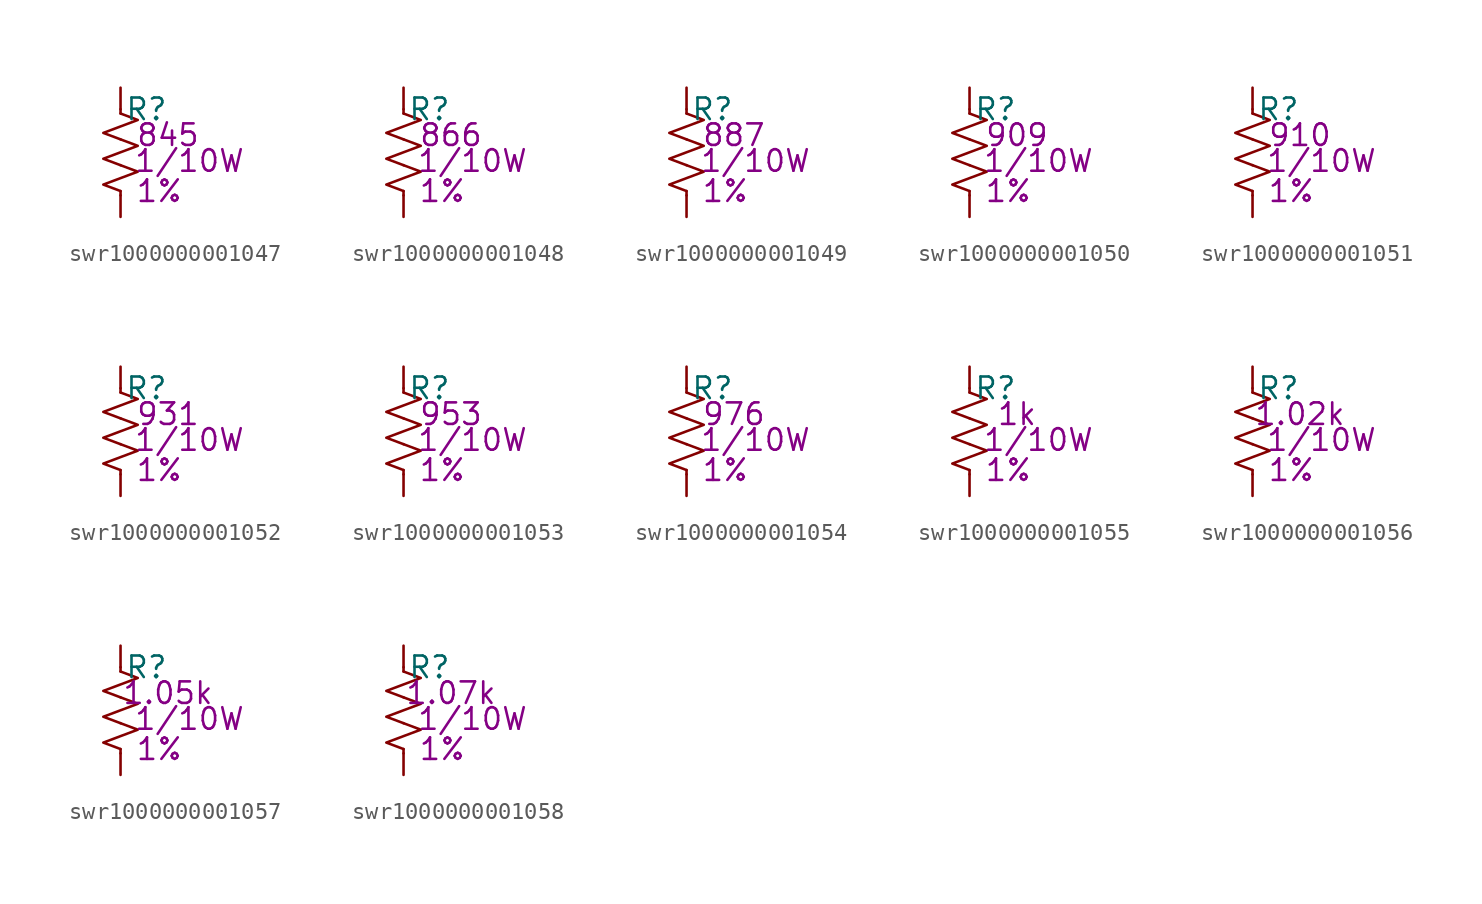
<source format=kicad_sym>
(kicad_symbol_lib
  (version 20211014)
  (generator kicad_symbol_editor)
  (symbol "swr1000000001047"
    (pin_numbers hide)
    (pin_names
      (offset 1.016))
    (property "Reference" "R"
      (at 1.524 2.54 0)
      (effects (font (size 1.27 1.27))))
    (property "Tolerance" "1%"
      (at 2.286 -2.286 0)
      (effects (font (size 1.27 1.27))))
    (property "Wattage" "1/10W"
      (at 4.064 -0.508 0)
      (effects (font (size 1.27 1.27))))
    (property "PartValue" "845"
      (at 2.794 1.016 0)
      (effects (font (size 1.27 1.27))))
    (symbol "swr1000000001047_1_1"
      (polyline (pts (xy 0 -2.286) (xy 0 -2.54)) (stroke (width 0) (type default) (color 0 0 0 0)) (fill (type none)))
      (polyline (pts (xy 0 2.286) (xy 0 2.54)) (stroke (width 0) (type default) (color 0 0 0 0)) (fill (type none)))
      (polyline (pts (xy 0 -0.762) (xy 1.016 -1.143) (xy 0 -1.524) (xy -1.016 -1.905) (xy 0 -2.286)) (stroke (width 0) (type default) (color 0 0 0 0)) (fill (type none)))
      (polyline (pts (xy 0 0.762) (xy 1.016 0.381) (xy 0 0) (xy -1.016 -0.381) (xy 0 -0.762)) (stroke (width 0) (type default) (color 0 0 0 0)) (fill (type none)))
      (polyline (pts (xy 0 2.286) (xy 1.016 1.905) (xy 0 1.524) (xy -1.016 1.143) (xy 0 0.762)) (stroke (width 0) (type default) (color 0 0 0 0)) (fill (type none)))
      (pin passive line (at 0 3.81 270) (length 1.27) (name "~" (effects (font (size 1.27 1.27)))) (number "1" (effects (font (size 1.27 1.27)))))
      (pin passive line (at 0 -3.81 90) (length 1.27) (name "~" (effects (font (size 1.27 1.27)))) (number "2" (effects (font (size 1.27 1.27)))))))
  (symbol "swr1000000001048"
    (pin_numbers hide)
    (pin_names
      (offset 1.016))
    (property "Reference" "R"
      (at 1.524 2.54 0)
      (effects (font (size 1.27 1.27))))
    (property "Tolerance" "1%"
      (at 2.286 -2.286 0)
      (effects (font (size 1.27 1.27))))
    (property "Wattage" "1/10W"
      (at 4.064 -0.508 0)
      (effects (font (size 1.27 1.27))))
    (property "PartValue" "866"
      (at 2.794 1.016 0)
      (effects (font (size 1.27 1.27))))
    (symbol "swr1000000001048_1_1"
      (polyline (pts (xy 0 -2.286) (xy 0 -2.54)) (stroke (width 0) (type default) (color 0 0 0 0)) (fill (type none)))
      (polyline (pts (xy 0 2.286) (xy 0 2.54)) (stroke (width 0) (type default) (color 0 0 0 0)) (fill (type none)))
      (polyline (pts (xy 0 -0.762) (xy 1.016 -1.143) (xy 0 -1.524) (xy -1.016 -1.905) (xy 0 -2.286)) (stroke (width 0) (type default) (color 0 0 0 0)) (fill (type none)))
      (polyline (pts (xy 0 0.762) (xy 1.016 0.381) (xy 0 0) (xy -1.016 -0.381) (xy 0 -0.762)) (stroke (width 0) (type default) (color 0 0 0 0)) (fill (type none)))
      (polyline (pts (xy 0 2.286) (xy 1.016 1.905) (xy 0 1.524) (xy -1.016 1.143) (xy 0 0.762)) (stroke (width 0) (type default) (color 0 0 0 0)) (fill (type none)))
      (pin passive line (at 0 3.81 270) (length 1.27) (name "~" (effects (font (size 1.27 1.27)))) (number "1" (effects (font (size 1.27 1.27)))))
      (pin passive line (at 0 -3.81 90) (length 1.27) (name "~" (effects (font (size 1.27 1.27)))) (number "2" (effects (font (size 1.27 1.27)))))))
  (symbol "swr1000000001049"
    (pin_numbers hide)
    (pin_names
      (offset 1.016))
    (property "Reference" "R"
      (at 1.524 2.54 0)
      (effects (font (size 1.27 1.27))))
    (property "Tolerance" "1%"
      (at 2.286 -2.286 0)
      (effects (font (size 1.27 1.27))))
    (property "Wattage" "1/10W"
      (at 4.064 -0.508 0)
      (effects (font (size 1.27 1.27))))
    (property "PartValue" "887"
      (at 2.794 1.016 0)
      (effects (font (size 1.27 1.27))))
    (symbol "swr1000000001049_1_1"
      (polyline (pts (xy 0 -2.286) (xy 0 -2.54)) (stroke (width 0) (type default) (color 0 0 0 0)) (fill (type none)))
      (polyline (pts (xy 0 2.286) (xy 0 2.54)) (stroke (width 0) (type default) (color 0 0 0 0)) (fill (type none)))
      (polyline (pts (xy 0 -0.762) (xy 1.016 -1.143) (xy 0 -1.524) (xy -1.016 -1.905) (xy 0 -2.286)) (stroke (width 0) (type default) (color 0 0 0 0)) (fill (type none)))
      (polyline (pts (xy 0 0.762) (xy 1.016 0.381) (xy 0 0) (xy -1.016 -0.381) (xy 0 -0.762)) (stroke (width 0) (type default) (color 0 0 0 0)) (fill (type none)))
      (polyline (pts (xy 0 2.286) (xy 1.016 1.905) (xy 0 1.524) (xy -1.016 1.143) (xy 0 0.762)) (stroke (width 0) (type default) (color 0 0 0 0)) (fill (type none)))
      (pin passive line (at 0 3.81 270) (length 1.27) (name "~" (effects (font (size 1.27 1.27)))) (number "1" (effects (font (size 1.27 1.27)))))
      (pin passive line (at 0 -3.81 90) (length 1.27) (name "~" (effects (font (size 1.27 1.27)))) (number "2" (effects (font (size 1.27 1.27)))))))
  (symbol "swr1000000001050"
    (pin_numbers hide)
    (pin_names
      (offset 1.016))
    (property "Reference" "R"
      (at 1.524 2.54 0)
      (effects (font (size 1.27 1.27))))
    (property "Tolerance" "1%"
      (at 2.286 -2.286 0)
      (effects (font (size 1.27 1.27))))
    (property "Wattage" "1/10W"
      (at 4.064 -0.508 0)
      (effects (font (size 1.27 1.27))))
    (property "PartValue" "909"
      (at 2.794 1.016 0)
      (effects (font (size 1.27 1.27))))
    (symbol "swr1000000001050_1_1"
      (polyline (pts (xy 0 -2.286) (xy 0 -2.54)) (stroke (width 0) (type default) (color 0 0 0 0)) (fill (type none)))
      (polyline (pts (xy 0 2.286) (xy 0 2.54)) (stroke (width 0) (type default) (color 0 0 0 0)) (fill (type none)))
      (polyline (pts (xy 0 -0.762) (xy 1.016 -1.143) (xy 0 -1.524) (xy -1.016 -1.905) (xy 0 -2.286)) (stroke (width 0) (type default) (color 0 0 0 0)) (fill (type none)))
      (polyline (pts (xy 0 0.762) (xy 1.016 0.381) (xy 0 0) (xy -1.016 -0.381) (xy 0 -0.762)) (stroke (width 0) (type default) (color 0 0 0 0)) (fill (type none)))
      (polyline (pts (xy 0 2.286) (xy 1.016 1.905) (xy 0 1.524) (xy -1.016 1.143) (xy 0 0.762)) (stroke (width 0) (type default) (color 0 0 0 0)) (fill (type none)))
      (pin passive line (at 0 3.81 270) (length 1.27) (name "~" (effects (font (size 1.27 1.27)))) (number "1" (effects (font (size 1.27 1.27)))))
      (pin passive line (at 0 -3.81 90) (length 1.27) (name "~" (effects (font (size 1.27 1.27)))) (number "2" (effects (font (size 1.27 1.27)))))))
  (symbol "swr1000000001051"
    (pin_numbers hide)
    (pin_names
      (offset 1.016))
    (property "Reference" "R"
      (at 1.524 2.54 0)
      (effects (font (size 1.27 1.27))))
    (property "Tolerance" "1%"
      (at 2.286 -2.286 0)
      (effects (font (size 1.27 1.27))))
    (property "Wattage" "1/10W"
      (at 4.064 -0.508 0)
      (effects (font (size 1.27 1.27))))
    (property "PartValue" "910"
      (at 2.794 1.016 0)
      (effects (font (size 1.27 1.27))))
    (symbol "swr1000000001051_1_1"
      (polyline (pts (xy 0 -2.286) (xy 0 -2.54)) (stroke (width 0) (type default) (color 0 0 0 0)) (fill (type none)))
      (polyline (pts (xy 0 2.286) (xy 0 2.54)) (stroke (width 0) (type default) (color 0 0 0 0)) (fill (type none)))
      (polyline (pts (xy 0 -0.762) (xy 1.016 -1.143) (xy 0 -1.524) (xy -1.016 -1.905) (xy 0 -2.286)) (stroke (width 0) (type default) (color 0 0 0 0)) (fill (type none)))
      (polyline (pts (xy 0 0.762) (xy 1.016 0.381) (xy 0 0) (xy -1.016 -0.381) (xy 0 -0.762)) (stroke (width 0) (type default) (color 0 0 0 0)) (fill (type none)))
      (polyline (pts (xy 0 2.286) (xy 1.016 1.905) (xy 0 1.524) (xy -1.016 1.143) (xy 0 0.762)) (stroke (width 0) (type default) (color 0 0 0 0)) (fill (type none)))
      (pin passive line (at 0 3.81 270) (length 1.27) (name "~" (effects (font (size 1.27 1.27)))) (number "1" (effects (font (size 1.27 1.27)))))
      (pin passive line (at 0 -3.81 90) (length 1.27) (name "~" (effects (font (size 1.27 1.27)))) (number "2" (effects (font (size 1.27 1.27)))))))
  (symbol "swr1000000001052"
    (pin_numbers hide)
    (pin_names
      (offset 1.016))
    (property "Reference" "R"
      (at 1.524 2.54 0)
      (effects (font (size 1.27 1.27))))
    (property "Tolerance" "1%"
      (at 2.286 -2.286 0)
      (effects (font (size 1.27 1.27))))
    (property "Wattage" "1/10W"
      (at 4.064 -0.508 0)
      (effects (font (size 1.27 1.27))))
    (property "PartValue" "931"
      (at 2.794 1.016 0)
      (effects (font (size 1.27 1.27))))
    (symbol "swr1000000001052_1_1"
      (polyline (pts (xy 0 -2.286) (xy 0 -2.54)) (stroke (width 0) (type default) (color 0 0 0 0)) (fill (type none)))
      (polyline (pts (xy 0 2.286) (xy 0 2.54)) (stroke (width 0) (type default) (color 0 0 0 0)) (fill (type none)))
      (polyline (pts (xy 0 -0.762) (xy 1.016 -1.143) (xy 0 -1.524) (xy -1.016 -1.905) (xy 0 -2.286)) (stroke (width 0) (type default) (color 0 0 0 0)) (fill (type none)))
      (polyline (pts (xy 0 0.762) (xy 1.016 0.381) (xy 0 0) (xy -1.016 -0.381) (xy 0 -0.762)) (stroke (width 0) (type default) (color 0 0 0 0)) (fill (type none)))
      (polyline (pts (xy 0 2.286) (xy 1.016 1.905) (xy 0 1.524) (xy -1.016 1.143) (xy 0 0.762)) (stroke (width 0) (type default) (color 0 0 0 0)) (fill (type none)))
      (pin passive line (at 0 3.81 270) (length 1.27) (name "~" (effects (font (size 1.27 1.27)))) (number "1" (effects (font (size 1.27 1.27)))))
      (pin passive line (at 0 -3.81 90) (length 1.27) (name "~" (effects (font (size 1.27 1.27)))) (number "2" (effects (font (size 1.27 1.27)))))))
  (symbol "swr1000000001053"
    (pin_numbers hide)
    (pin_names
      (offset 1.016))
    (property "Reference" "R"
      (at 1.524 2.54 0)
      (effects (font (size 1.27 1.27))))
    (property "Tolerance" "1%"
      (at 2.286 -2.286 0)
      (effects (font (size 1.27 1.27))))
    (property "Wattage" "1/10W"
      (at 4.064 -0.508 0)
      (effects (font (size 1.27 1.27))))
    (property "PartValue" "953"
      (at 2.794 1.016 0)
      (effects (font (size 1.27 1.27))))
    (symbol "swr1000000001053_1_1"
      (polyline (pts (xy 0 -2.286) (xy 0 -2.54)) (stroke (width 0) (type default) (color 0 0 0 0)) (fill (type none)))
      (polyline (pts (xy 0 2.286) (xy 0 2.54)) (stroke (width 0) (type default) (color 0 0 0 0)) (fill (type none)))
      (polyline (pts (xy 0 -0.762) (xy 1.016 -1.143) (xy 0 -1.524) (xy -1.016 -1.905) (xy 0 -2.286)) (stroke (width 0) (type default) (color 0 0 0 0)) (fill (type none)))
      (polyline (pts (xy 0 0.762) (xy 1.016 0.381) (xy 0 0) (xy -1.016 -0.381) (xy 0 -0.762)) (stroke (width 0) (type default) (color 0 0 0 0)) (fill (type none)))
      (polyline (pts (xy 0 2.286) (xy 1.016 1.905) (xy 0 1.524) (xy -1.016 1.143) (xy 0 0.762)) (stroke (width 0) (type default) (color 0 0 0 0)) (fill (type none)))
      (pin passive line (at 0 3.81 270) (length 1.27) (name "~" (effects (font (size 1.27 1.27)))) (number "1" (effects (font (size 1.27 1.27)))))
      (pin passive line (at 0 -3.81 90) (length 1.27) (name "~" (effects (font (size 1.27 1.27)))) (number "2" (effects (font (size 1.27 1.27)))))))
  (symbol "swr1000000001054"
    (pin_numbers hide)
    (pin_names
      (offset 1.016))
    (property "Reference" "R"
      (at 1.524 2.54 0)
      (effects (font (size 1.27 1.27))))
    (property "Tolerance" "1%"
      (at 2.286 -2.286 0)
      (effects (font (size 1.27 1.27))))
    (property "Wattage" "1/10W"
      (at 4.064 -0.508 0)
      (effects (font (size 1.27 1.27))))
    (property "PartValue" "976"
      (at 2.794 1.016 0)
      (effects (font (size 1.27 1.27))))
    (symbol "swr1000000001054_1_1"
      (polyline (pts (xy 0 -2.286) (xy 0 -2.54)) (stroke (width 0) (type default) (color 0 0 0 0)) (fill (type none)))
      (polyline (pts (xy 0 2.286) (xy 0 2.54)) (stroke (width 0) (type default) (color 0 0 0 0)) (fill (type none)))
      (polyline (pts (xy 0 -0.762) (xy 1.016 -1.143) (xy 0 -1.524) (xy -1.016 -1.905) (xy 0 -2.286)) (stroke (width 0) (type default) (color 0 0 0 0)) (fill (type none)))
      (polyline (pts (xy 0 0.762) (xy 1.016 0.381) (xy 0 0) (xy -1.016 -0.381) (xy 0 -0.762)) (stroke (width 0) (type default) (color 0 0 0 0)) (fill (type none)))
      (polyline (pts (xy 0 2.286) (xy 1.016 1.905) (xy 0 1.524) (xy -1.016 1.143) (xy 0 0.762)) (stroke (width 0) (type default) (color 0 0 0 0)) (fill (type none)))
      (pin passive line (at 0 3.81 270) (length 1.27) (name "~" (effects (font (size 1.27 1.27)))) (number "1" (effects (font (size 1.27 1.27)))))
      (pin passive line (at 0 -3.81 90) (length 1.27) (name "~" (effects (font (size 1.27 1.27)))) (number "2" (effects (font (size 1.27 1.27)))))))
  (symbol "swr1000000001055"
    (pin_numbers hide)
    (pin_names
      (offset 1.016))
    (property "Reference" "R"
      (at 1.524 2.54 0)
      (effects (font (size 1.27 1.27))))
    (property "Tolerance" "1%"
      (at 2.286 -2.286 0)
      (effects (font (size 1.27 1.27))))
    (property "Wattage" "1/10W"
      (at 4.064 -0.508 0)
      (effects (font (size 1.27 1.27))))
    (property "PartValue" "1k"
      (at 2.794 1.016 0)
      (effects (font (size 1.27 1.27))))
    (symbol "swr1000000001055_1_1"
      (polyline (pts (xy 0 -2.286) (xy 0 -2.54)) (stroke (width 0) (type default) (color 0 0 0 0)) (fill (type none)))
      (polyline (pts (xy 0 2.286) (xy 0 2.54)) (stroke (width 0) (type default) (color 0 0 0 0)) (fill (type none)))
      (polyline (pts (xy 0 -0.762) (xy 1.016 -1.143) (xy 0 -1.524) (xy -1.016 -1.905) (xy 0 -2.286)) (stroke (width 0) (type default) (color 0 0 0 0)) (fill (type none)))
      (polyline (pts (xy 0 0.762) (xy 1.016 0.381) (xy 0 0) (xy -1.016 -0.381) (xy 0 -0.762)) (stroke (width 0) (type default) (color 0 0 0 0)) (fill (type none)))
      (polyline (pts (xy 0 2.286) (xy 1.016 1.905) (xy 0 1.524) (xy -1.016 1.143) (xy 0 0.762)) (stroke (width 0) (type default) (color 0 0 0 0)) (fill (type none)))
      (pin passive line (at 0 3.81 270) (length 1.27) (name "~" (effects (font (size 1.27 1.27)))) (number "1" (effects (font (size 1.27 1.27)))))
      (pin passive line (at 0 -3.81 90) (length 1.27) (name "~" (effects (font (size 1.27 1.27)))) (number "2" (effects (font (size 1.27 1.27)))))))
  (symbol "swr1000000001056"
    (pin_numbers hide)
    (pin_names
      (offset 1.016))
    (property "Reference" "R"
      (at 1.524 2.54 0)
      (effects (font (size 1.27 1.27))))
    (property "Tolerance" "1%"
      (at 2.286 -2.286 0)
      (effects (font (size 1.27 1.27))))
    (property "Wattage" "1/10W"
      (at 4.064 -0.508 0)
      (effects (font (size 1.27 1.27))))
    (property "PartValue" "1.02k"
      (at 2.794 1.016 0)
      (effects (font (size 1.27 1.27))))
    (symbol "swr1000000001056_1_1"
      (polyline (pts (xy 0 -2.286) (xy 0 -2.54)) (stroke (width 0) (type default) (color 0 0 0 0)) (fill (type none)))
      (polyline (pts (xy 0 2.286) (xy 0 2.54)) (stroke (width 0) (type default) (color 0 0 0 0)) (fill (type none)))
      (polyline (pts (xy 0 -0.762) (xy 1.016 -1.143) (xy 0 -1.524) (xy -1.016 -1.905) (xy 0 -2.286)) (stroke (width 0) (type default) (color 0 0 0 0)) (fill (type none)))
      (polyline (pts (xy 0 0.762) (xy 1.016 0.381) (xy 0 0) (xy -1.016 -0.381) (xy 0 -0.762)) (stroke (width 0) (type default) (color 0 0 0 0)) (fill (type none)))
      (polyline (pts (xy 0 2.286) (xy 1.016 1.905) (xy 0 1.524) (xy -1.016 1.143) (xy 0 0.762)) (stroke (width 0) (type default) (color 0 0 0 0)) (fill (type none)))
      (pin passive line (at 0 3.81 270) (length 1.27) (name "~" (effects (font (size 1.27 1.27)))) (number "1" (effects (font (size 1.27 1.27)))))
      (pin passive line (at 0 -3.81 90) (length 1.27) (name "~" (effects (font (size 1.27 1.27)))) (number "2" (effects (font (size 1.27 1.27)))))))
  (symbol "swr1000000001057"
    (pin_numbers hide)
    (pin_names
      (offset 1.016))
    (property "Reference" "R"
      (at 1.524 2.54 0)
      (effects (font (size 1.27 1.27))))
    (property "Tolerance" "1%"
      (at 2.286 -2.286 0)
      (effects (font (size 1.27 1.27))))
    (property "Wattage" "1/10W"
      (at 4.064 -0.508 0)
      (effects (font (size 1.27 1.27))))
    (property "PartValue" "1.05k"
      (at 2.794 1.016 0)
      (effects (font (size 1.27 1.27))))
    (symbol "swr1000000001057_1_1"
      (polyline (pts (xy 0 -2.286) (xy 0 -2.54)) (stroke (width 0) (type default) (color 0 0 0 0)) (fill (type none)))
      (polyline (pts (xy 0 2.286) (xy 0 2.54)) (stroke (width 0) (type default) (color 0 0 0 0)) (fill (type none)))
      (polyline (pts (xy 0 -0.762) (xy 1.016 -1.143) (xy 0 -1.524) (xy -1.016 -1.905) (xy 0 -2.286)) (stroke (width 0) (type default) (color 0 0 0 0)) (fill (type none)))
      (polyline (pts (xy 0 0.762) (xy 1.016 0.381) (xy 0 0) (xy -1.016 -0.381) (xy 0 -0.762)) (stroke (width 0) (type default) (color 0 0 0 0)) (fill (type none)))
      (polyline (pts (xy 0 2.286) (xy 1.016 1.905) (xy 0 1.524) (xy -1.016 1.143) (xy 0 0.762)) (stroke (width 0) (type default) (color 0 0 0 0)) (fill (type none)))
      (pin passive line (at 0 3.81 270) (length 1.27) (name "~" (effects (font (size 1.27 1.27)))) (number "1" (effects (font (size 1.27 1.27)))))
      (pin passive line (at 0 -3.81 90) (length 1.27) (name "~" (effects (font (size 1.27 1.27)))) (number "2" (effects (font (size 1.27 1.27)))))))
  (symbol "swr1000000001058"
    (pin_numbers hide)
    (pin_names
      (offset 1.016))
    (property "Reference" "R"
      (at 1.524 2.54 0)
      (effects (font (size 1.27 1.27))))
    (property "Tolerance" "1%"
      (at 2.286 -2.286 0)
      (effects (font (size 1.27 1.27))))
    (property "Wattage" "1/10W"
      (at 4.064 -0.508 0)
      (effects (font (size 1.27 1.27))))
    (property "PartValue" "1.07k"
      (at 2.794 1.016 0)
      (effects (font (size 1.27 1.27))))
    (symbol "swr1000000001058_1_1"
      (polyline (pts (xy 0 -2.286) (xy 0 -2.54)) (stroke (width 0) (type default) (color 0 0 0 0)) (fill (type none)))
      (polyline (pts (xy 0 2.286) (xy 0 2.54)) (stroke (width 0) (type default) (color 0 0 0 0)) (fill (type none)))
      (polyline (pts (xy 0 -0.762) (xy 1.016 -1.143) (xy 0 -1.524) (xy -1.016 -1.905) (xy 0 -2.286)) (stroke (width 0) (type default) (color 0 0 0 0)) (fill (type none)))
      (polyline (pts (xy 0 0.762) (xy 1.016 0.381) (xy 0 0) (xy -1.016 -0.381) (xy 0 -0.762)) (stroke (width 0) (type default) (color 0 0 0 0)) (fill (type none)))
      (polyline (pts (xy 0 2.286) (xy 1.016 1.905) (xy 0 1.524) (xy -1.016 1.143) (xy 0 0.762)) (stroke (width 0) (type default) (color 0 0 0 0)) (fill (type none)))
      (pin passive line (at 0 3.81 270) (length 1.27) (name "~" (effects (font (size 1.27 1.27)))) (number "1" (effects (font (size 1.27 1.27)))))
      (pin passive line (at 0 -3.81 90) (length 1.27) (name "~" (effects (font (size 1.27 1.27)))) (number "2" (effects (font (size 1.27 1.27))))))))
</source>
